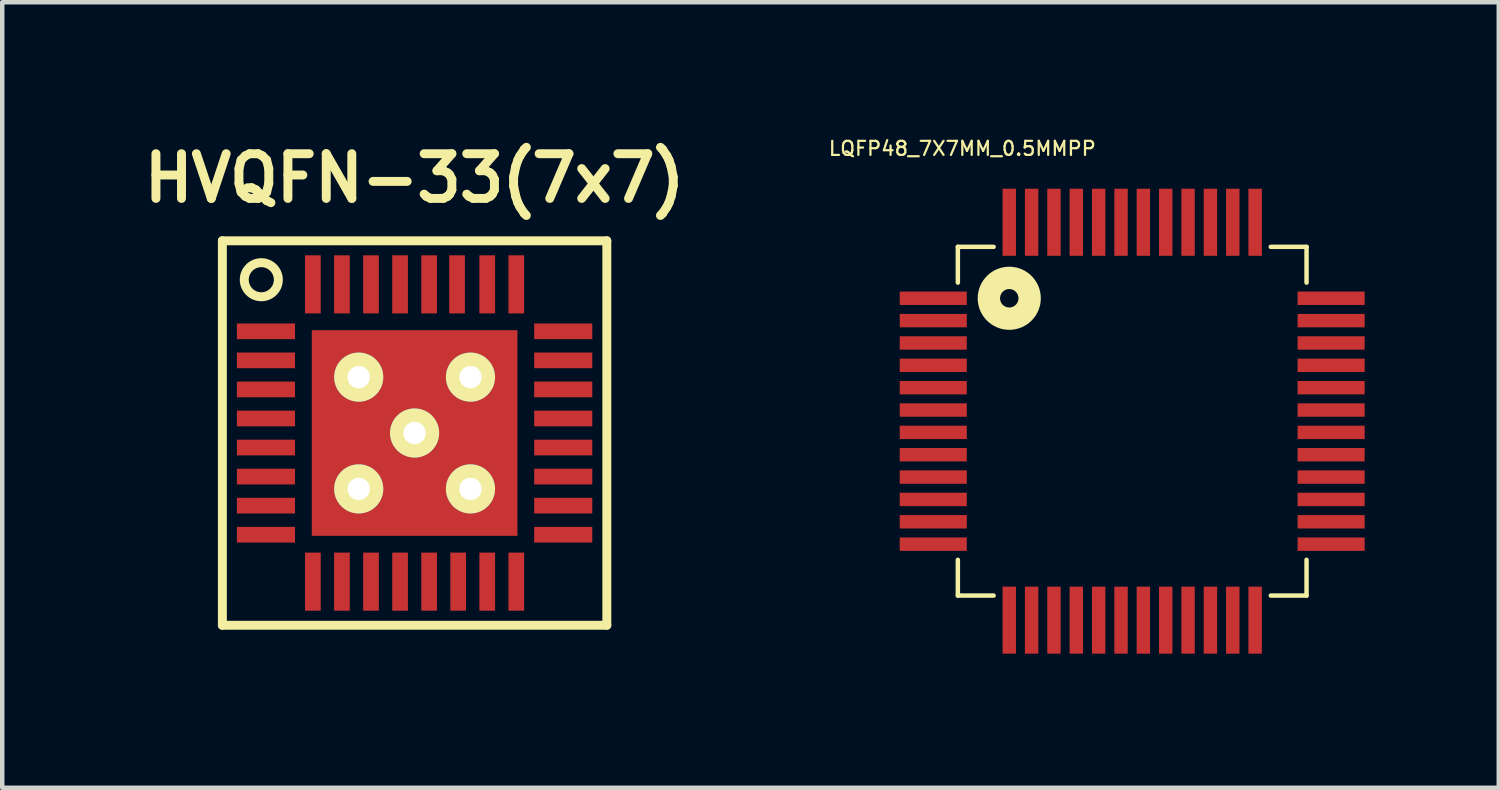
<source format=kicad_pcb>
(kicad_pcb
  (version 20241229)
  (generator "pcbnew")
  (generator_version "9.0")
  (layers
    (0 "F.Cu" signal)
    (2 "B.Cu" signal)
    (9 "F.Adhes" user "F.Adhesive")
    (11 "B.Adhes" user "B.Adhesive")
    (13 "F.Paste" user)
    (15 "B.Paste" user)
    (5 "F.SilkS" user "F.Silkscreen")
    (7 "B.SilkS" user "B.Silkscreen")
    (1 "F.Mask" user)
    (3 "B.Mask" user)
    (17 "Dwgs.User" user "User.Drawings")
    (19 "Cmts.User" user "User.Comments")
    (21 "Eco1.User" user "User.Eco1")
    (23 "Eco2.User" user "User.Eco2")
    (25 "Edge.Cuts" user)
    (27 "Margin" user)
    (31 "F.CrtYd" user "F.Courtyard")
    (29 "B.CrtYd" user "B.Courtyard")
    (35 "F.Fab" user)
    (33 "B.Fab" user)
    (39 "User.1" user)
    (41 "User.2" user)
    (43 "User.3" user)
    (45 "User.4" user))
  (footprint "LQFP48_7X7MM_0.5MMPP"
    (layer "F.Cu")
    (at 22.276 6.372)
    (property "Reference" "LQFP48_7X7MM_0.5MMPP" (at -3.8 -6.1 0) (layer "F.SilkS") (effects (font (size 0.315 0.315) (thickness 0.05))))
    (attr smd)
    (fp_line (start -3.9 -3.9) (end -3.9 -3.1) (stroke (width 0.1) (type solid)) (layer "F.SilkS"))
    (fp_line (start -3.9 3.9) (end -3.9 3.1) (stroke (width 0.1) (type solid)) (layer "F.SilkS"))
    (fp_line (start -3.1 -3.9) (end -3.9 -3.9) (stroke (width 0.1) (type solid)) (layer "F.SilkS"))
    (fp_line (start -3.1 3.9) (end -3.9 3.9) (stroke (width 0.1) (type solid)) (layer "F.SilkS"))
    (fp_line (start 3.1 -3.9) (end 3.9 -3.9) (stroke (width 0.1) (type solid)) (layer "F.SilkS"))
    (fp_line (start 3.1 3.9) (end 3.9 3.9) (stroke (width 0.1) (type solid)) (layer "F.SilkS"))
    (fp_line (start 3.9 -3.9) (end 3.9 -3.1) (stroke (width 0.1) (type solid)) (layer "F.SilkS"))
    (fp_line (start 3.9 3.9) (end 3.9 3.1) (stroke (width 0.1) (type solid)) (layer "F.SilkS"))
    (fp_circle (center -2.75 -2.75) (end -2.544 -2.75) (stroke (width 0.5) (type solid)) (fill no) (layer "F.SilkS"))
    (pad "1" smd rect (at -4.45 -2.75 90) (size 0.3 1.5) (layers "F.Cu" "F.Mask" "F.Paste"))
    (pad "2" smd rect (at -4.45 -2.25 90) (size 0.3 1.5) (layers "F.Cu" "F.Mask" "F.Paste"))
    (pad "3" smd rect (at -4.45 -1.75 90) (size 0.3 1.5) (layers "F.Cu" "F.Mask" "F.Paste"))
    (pad "4" smd rect (at -4.45 -1.25 90) (size 0.3 1.5) (layers "F.Cu" "F.Mask" "F.Paste"))
    (pad "5" smd rect (at -4.45 -0.75 90) (size 0.3 1.5) (layers "F.Cu" "F.Mask" "F.Paste"))
    (pad "6" smd rect (at -4.45 -0.25 90) (size 0.3 1.5) (layers "F.Cu" "F.Mask" "F.Paste"))
    (pad "7" smd rect (at -4.45 0.25 90) (size 0.3 1.5) (layers "F.Cu" "F.Mask" "F.Paste"))
    (pad "8" smd rect (at -4.45 0.75 90) (size 0.3 1.5) (layers "F.Cu" "F.Mask" "F.Paste"))
    (pad "9" smd rect (at -4.45 1.25 90) (size 0.3 1.5) (layers "F.Cu" "F.Mask" "F.Paste"))
    (pad "10" smd rect (at -4.45 1.75 90) (size 0.3 1.5) (layers "F.Cu" "F.Mask" "F.Paste"))
    (pad "11" smd rect (at -4.45 2.25 90) (size 0.3 1.5) (layers "F.Cu" "F.Mask" "F.Paste"))
    (pad "12" smd rect (at -4.45 2.75 90) (size 0.3 1.5) (layers "F.Cu" "F.Mask" "F.Paste"))
    (pad "13" smd rect (at -2.75 4.45 180) (size 0.3 1.5) (layers "F.Cu" "F.Mask" "F.Paste"))
    (pad "14" smd rect (at -2.25 4.45 180) (size 0.3 1.5) (layers "F.Cu" "F.Mask" "F.Paste"))
    (pad "15" smd rect (at -1.75 4.45 180) (size 0.3 1.5) (layers "F.Cu" "F.Mask" "F.Paste"))
    (pad "16" smd rect (at -1.25 4.45 180) (size 0.3 1.5) (layers "F.Cu" "F.Mask" "F.Paste"))
    (pad "17" smd rect (at -0.75 4.45 180) (size 0.3 1.5) (layers "F.Cu" "F.Mask" "F.Paste"))
    (pad "18" smd rect (at -0.25 4.45 180) (size 0.3 1.5) (layers "F.Cu" "F.Mask" "F.Paste"))
    (pad "19" smd rect (at 0.25 4.45 180) (size 0.3 1.5) (layers "F.Cu" "F.Mask" "F.Paste"))
    (pad "20" smd rect (at 0.75 4.45 180) (size 0.3 1.5) (layers "F.Cu" "F.Mask" "F.Paste"))
    (pad "21" smd rect (at 1.25 4.45 180) (size 0.3 1.5) (layers "F.Cu" "F.Mask" "F.Paste"))
    (pad "22" smd rect (at 1.75 4.45 180) (size 0.3 1.5) (layers "F.Cu" "F.Mask" "F.Paste"))
    (pad "23" smd rect (at 2.25 4.45 180) (size 0.3 1.5) (layers "F.Cu" "F.Mask" "F.Paste"))
    (pad "24" smd rect (at 2.75 4.45 180) (size 0.3 1.5) (layers "F.Cu" "F.Mask" "F.Paste"))
    (pad "25" smd rect (at 4.45 2.75 270) (size 0.3 1.5) (layers "F.Cu" "F.Mask" "F.Paste"))
    (pad "26" smd rect (at 4.45 2.25 270) (size 0.3 1.5) (layers "F.Cu" "F.Mask" "F.Paste"))
    (pad "27" smd rect (at 4.45 1.75 270) (size 0.3 1.5) (layers "F.Cu" "F.Mask" "F.Paste"))
    (pad "28" smd rect (at 4.45 1.25 270) (size 0.3 1.5) (layers "F.Cu" "F.Mask" "F.Paste"))
    (pad "29" smd rect (at 4.45 0.75 270) (size 0.3 1.5) (layers "F.Cu" "F.Mask" "F.Paste"))
    (pad "30" smd rect (at 4.45 0.25 270) (size 0.3 1.5) (layers "F.Cu" "F.Mask" "F.Paste"))
    (pad "31" smd rect (at 4.45 -0.25 270) (size 0.3 1.5) (layers "F.Cu" "F.Mask" "F.Paste"))
    (pad "32" smd rect (at 4.45 -0.75 270) (size 0.3 1.5) (layers "F.Cu" "F.Mask" "F.Paste"))
    (pad "33" smd rect (at 4.45 -1.25 270) (size 0.3 1.5) (layers "F.Cu" "F.Mask" "F.Paste"))
    (pad "34" smd rect (at 4.45 -1.75 270) (size 0.3 1.5) (layers "F.Cu" "F.Mask" "F.Paste"))
    (pad "35" smd rect (at 4.45 -2.25 270) (size 0.3 1.5) (layers "F.Cu" "F.Mask" "F.Paste"))
    (pad "36" smd rect (at 4.45 -2.75 270) (size 0.3 1.5) (layers "F.Cu" "F.Mask" "F.Paste"))
    (pad "37" smd rect (at 2.75 -4.45) (size 0.3 1.5) (layers "F.Cu" "F.Mask" "F.Paste"))
    (pad "38" smd rect (at 2.25 -4.45) (size 0.3 1.5) (layers "F.Cu" "F.Mask" "F.Paste"))
    (pad "39" smd rect (at 1.75 -4.45) (size 0.3 1.5) (layers "F.Cu" "F.Mask" "F.Paste"))
    (pad "40" smd rect (at 1.25 -4.45) (size 0.3 1.5) (layers "F.Cu" "F.Mask" "F.Paste"))
    (pad "41" smd rect (at 0.75 -4.45) (size 0.3 1.5) (layers "F.Cu" "F.Mask" "F.Paste"))
    (pad "42" smd rect (at 0.25 -4.45) (size 0.3 1.5) (layers "F.Cu" "F.Mask" "F.Paste"))
    (pad "43" smd rect (at -0.25 -4.45) (size 0.3 1.5) (layers "F.Cu" "F.Mask" "F.Paste"))
    (pad "44" smd rect (at -0.75 -4.45) (size 0.3 1.5) (layers "F.Cu" "F.Mask" "F.Paste"))
    (pad "45" smd rect (at -1.25 -4.45) (size 0.3 1.5) (layers "F.Cu" "F.Mask" "F.Paste"))
    (pad "46" smd rect (at -1.75 -4.45) (size 0.3 1.5) (layers "F.Cu" "F.Mask" "F.Paste"))
    (pad "47" smd rect (at -2.25 -4.45) (size 0.3 1.5) (layers "F.Cu" "F.Mask" "F.Paste"))
    (pad "48" smd rect (at -2.75 -4.45) (size 0.3 1.5) (layers "F.Cu" "F.Mask" "F.Paste")))
  (footprint "HVQFN-33(7x7)"
    (layer "F.Cu")
    (at 6.224 6.636)
    (property "Reference" "HVQFN-33(7x7)" (at 0 -5.7 0) (layer "F.SilkS") (effects (font (size 1 1) (thickness 0.2))))
    (attr smd)
    (fp_line (start -4.3 -4.3) (end -4.3 4.3) (stroke (width 0.2) (type solid)) (layer "F.SilkS"))
    (fp_line (start -4.3 4.3) (end 4.3 4.3) (stroke (width 0.2) (type solid)) (layer "F.SilkS"))
    (fp_line (start 4.3 -4.3) (end -4.3 -4.3) (stroke (width 0.2) (type solid)) (layer "F.SilkS"))
    (fp_line (start 4.3 4.3) (end 4.3 -4.3) (stroke (width 0.2) (type solid)) (layer "F.SilkS"))
    (fp_circle (center -3.429 -3.429) (end -3.048 -3.429) (stroke (width 0.201) (type solid)) (fill no) (layer "F.SilkS"))
    (pad "1" smd rect (at -3.325 -2.275) (size 1.3 0.351) (layers "F.Cu" "F.Mask" "F.Paste"))
    (pad "2" smd rect (at -3.325 -1.625) (size 1.3 0.351) (layers "F.Cu" "F.Mask" "F.Paste"))
    (pad "3" smd rect (at -3.325 -0.975) (size 1.3 0.351) (layers "F.Cu" "F.Mask" "F.Paste"))
    (pad "4" smd rect (at -3.325 -0.325) (size 1.3 0.351) (layers "F.Cu" "F.Mask" "F.Paste"))
    (pad "5" smd rect (at -3.325 0.325) (size 1.3 0.351) (layers "F.Cu" "F.Mask" "F.Paste"))
    (pad "6" smd rect (at -3.325 0.975) (size 1.3 0.351) (layers "F.Cu" "F.Mask" "F.Paste"))
    (pad "7" smd rect (at -3.325 1.625) (size 1.3 0.351) (layers "F.Cu" "F.Mask" "F.Paste"))
    (pad "8" smd rect (at -3.325 2.275) (size 1.3 0.351) (layers "F.Cu" "F.Mask" "F.Paste"))
    (pad "9" smd rect (at -2.275 3.325) (size 0.351 1.3) (layers "F.Cu" "F.Mask" "F.Paste"))
    (pad "10" smd rect (at -1.625 3.325) (size 0.351 1.3) (layers "F.Cu" "F.Mask" "F.Paste"))
    (pad "11" smd rect (at -0.975 3.325) (size 0.351 1.3) (layers "F.Cu" "F.Mask" "F.Paste"))
    (pad "12" smd rect (at -0.325 3.325) (size 0.351 1.3) (layers "F.Cu" "F.Mask" "F.Paste"))
    (pad "13" smd rect (at 0.325 3.325) (size 0.351 1.3) (layers "F.Cu" "F.Mask" "F.Paste"))
    (pad "14" smd rect (at 0.975 3.325) (size 0.351 1.3) (layers "F.Cu" "F.Mask" "F.Paste"))
    (pad "15" smd rect (at 1.625 3.325) (size 0.351 1.3) (layers "F.Cu" "F.Mask" "F.Paste"))
    (pad "16" smd rect (at 2.275 3.325) (size 0.351 1.3) (layers "F.Cu" "F.Mask" "F.Paste"))
    (pad "17" smd rect (at 3.325 2.275) (size 1.3 0.351) (layers "F.Cu" "F.Mask" "F.Paste"))
    (pad "18" smd rect (at 3.325 1.625) (size 1.3 0.351) (layers "F.Cu" "F.Mask" "F.Paste"))
    (pad "19" smd rect (at 3.325 0.975) (size 1.3 0.351) (layers "F.Cu" "F.Mask" "F.Paste"))
    (pad "20" smd rect (at 3.325 0.325) (size 1.3 0.351) (layers "F.Cu" "F.Mask" "F.Paste"))
    (pad "21" smd rect (at 3.325 -0.325) (size 1.3 0.351) (layers "F.Cu" "F.Mask" "F.Paste"))
    (pad "22" smd rect (at 3.325 -0.975) (size 1.3 0.351) (layers "F.Cu" "F.Mask" "F.Paste"))
    (pad "23" smd rect (at 3.325 -1.625) (size 1.3 0.351) (layers "F.Cu" "F.Mask" "F.Paste"))
    (pad "24" smd rect (at 3.325 -2.275) (size 1.3 0.351) (layers "F.Cu" "F.Mask" "F.Paste"))
    (pad "25" smd rect (at 2.275 -3.325) (size 0.351 1.3) (layers "F.Cu" "F.Mask" "F.Paste"))
    (pad "26" smd rect (at 1.625 -3.325) (size 0.351 1.3) (layers "F.Cu" "F.Mask" "F.Paste"))
    (pad "27" smd rect (at 0.95 -3.325) (size 0.351 1.3) (layers "F.Cu" "F.Mask" "F.Paste"))
    (pad "28" smd rect (at 0.325 -3.325) (size 0.351 1.3) (layers "F.Cu" "F.Mask" "F.Paste"))
    (pad "29" smd rect (at -0.325 -3.325) (size 0.351 1.3) (layers "F.Cu" "F.Mask" "F.Paste"))
    (pad "30" smd rect (at -0.975 -3.325) (size 0.351 1.3) (layers "F.Cu" "F.Mask" "F.Paste"))
    (pad "31" smd rect (at -1.625 -3.325) (size 0.351 1.3) (layers "F.Cu" "F.Mask" "F.Paste"))
    (pad "32" smd rect (at -2.275 -3.325) (size 0.351 1.3) (layers "F.Cu" "F.Mask" "F.Paste"))
    (pad "33" thru_hole circle (at -1.25 -1.25) (size 1.1 1.1) (drill 0.5) (layers "*.Cu" "*.Mask" "F.SilkS"))
    (pad "33" thru_hole circle (at -1.25 1.25) (size 1.1 1.1) (drill 0.5) (layers "*.Cu" "*.Mask" "F.SilkS"))
    (pad "33" thru_hole circle (at 0 0) (size 1.1 1.1) (drill 0.5) (layers "*.Cu" "*.Mask" "F.SilkS"))
    (pad "33" smd rect (at 0 0) (size 4.6 4.6) (layers "F.Cu" "F.Mask" "F.Paste"))
    (pad "33" thru_hole circle (at 1.25 -1.25) (size 1.1 1.1) (drill 0.5) (layers "*.Cu" "*.Mask" "F.SilkS"))
    (pad "33" thru_hole circle (at 1.25 1.25) (size 1.1 1.1) (drill 0.5) (layers "*.Cu" "*.Mask" "F.SilkS")))
  (gr_rect
    (start -3 -3)
    (end 30.476 14.572)
    (stroke (width 0.1) (type default))
    (fill no)
    (layer "Edge.Cuts")))
</source>
